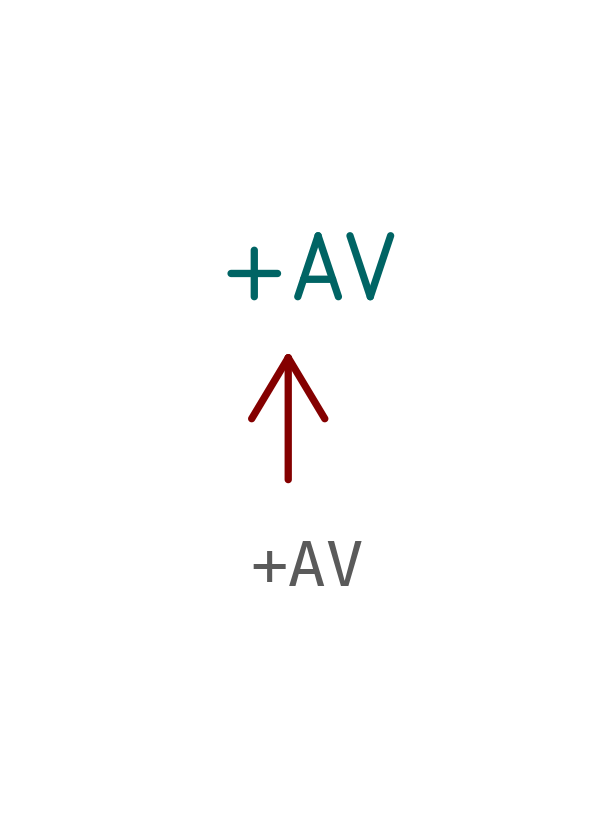
<source format=kicad_sym>
(kicad_symbol_lib
  (version 20220914)
  (generator kicad_symbol_editor)
  (symbol "+AV"
    (power)
    (pin_names
      (offset 0))
    (property "Reference" "#+AV02"
      (at 0 -3.81 0)
      (effects (font (size 1.27 1.27)) hide))
    (property "Value" "+AV"
      (at 0.381 4.394 0)
      (effects (font (size 1.27 1.27))))
    (symbol "+AV_0_1"
      (polyline (pts (xy -0.762 1.27) (xy 0 2.54)) (stroke (width 0) (type solid)) (fill (type none)))
      (polyline (pts (xy 0 0) (xy 0 2.54)) (stroke (width 0) (type solid)) (fill (type none)))
      (polyline (pts (xy 0 2.54) (xy 0.762 1.27)) (stroke (width 0) (type solid)) (fill (type none))))
    (symbol "+AV_1_1"
      (pin power_in line (at 0 0 90) (length 0) hide (name "+AV" (effects (font (size 1.27 1.27)))) (number "1" (effects (font (size 1.27 1.27))))))))
</source>
